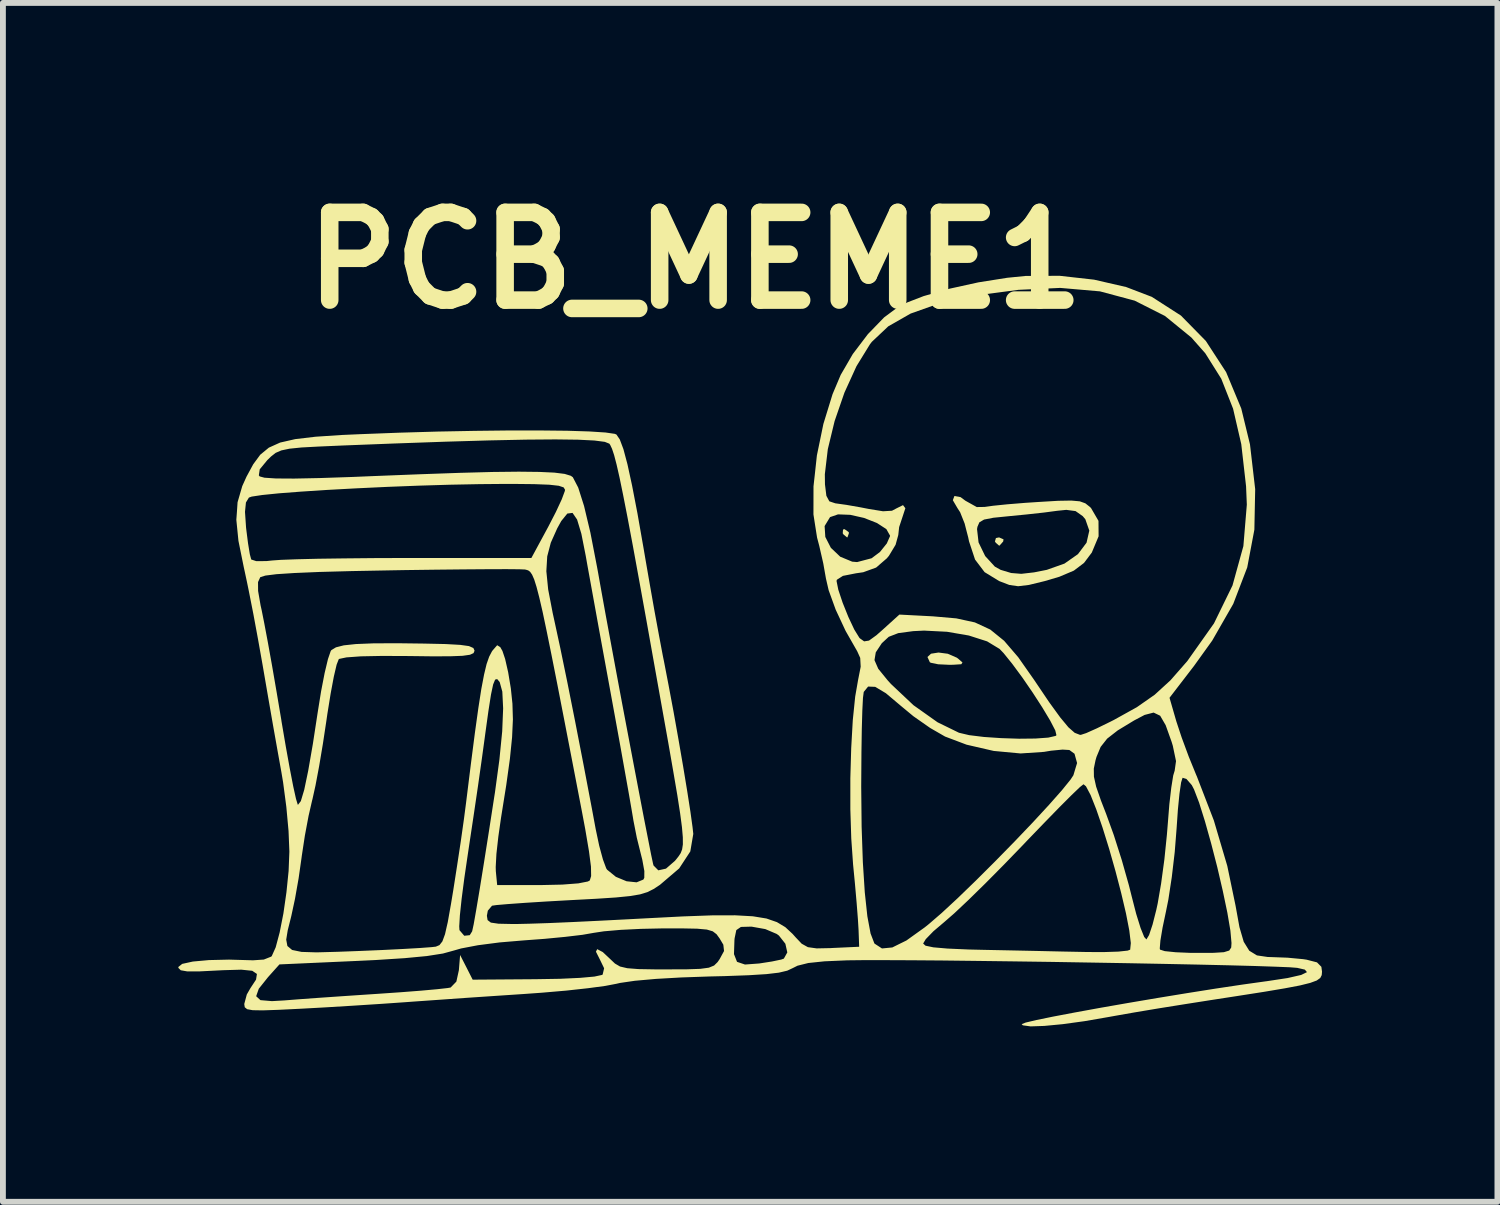
<source format=kicad_pcb>
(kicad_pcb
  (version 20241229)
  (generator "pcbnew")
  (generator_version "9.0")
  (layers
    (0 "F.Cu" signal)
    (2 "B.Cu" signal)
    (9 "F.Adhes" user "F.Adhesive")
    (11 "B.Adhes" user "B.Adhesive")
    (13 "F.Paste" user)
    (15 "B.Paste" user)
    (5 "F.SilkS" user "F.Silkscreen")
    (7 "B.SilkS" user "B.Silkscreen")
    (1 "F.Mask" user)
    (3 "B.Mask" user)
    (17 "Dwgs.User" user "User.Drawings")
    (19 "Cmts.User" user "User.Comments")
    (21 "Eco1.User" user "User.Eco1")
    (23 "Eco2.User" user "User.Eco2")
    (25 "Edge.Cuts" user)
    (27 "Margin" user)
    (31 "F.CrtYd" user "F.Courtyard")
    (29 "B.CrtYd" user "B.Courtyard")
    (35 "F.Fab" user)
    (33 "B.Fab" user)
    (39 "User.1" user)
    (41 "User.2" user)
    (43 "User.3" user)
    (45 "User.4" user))
  (footprint "PCB_MEME1"
    (layer "F.Cu")
    (at 9.639 6.704)
    (property "Reference" "PCB_MEME1" (at -0.8 -5.3 0) (unlocked yes) (layer "F.SilkS") (effects (font (size 1.5 1.5) (thickness 0.3))))
    (attr board_only exclude_from_pos_files exclude_from_bom)
    (fp_poly (pts (xy 1.827 -0.653) (xy 1.829 -0.633) (xy 1.805 -0.565) (xy 1.798 -0.563) (xy 1.738 -0.612) (xy 1.724 -0.633) (xy 1.729 -0.698) (xy 1.755 -0.704)) (stroke (width 0) (type solid)) (fill yes) (layer "F.SilkS"))
    (fp_poly (pts (xy 4.474 -0.53) (xy 4.468 -0.493) (xy 4.408 -0.425) (xy 4.398 -0.422) (xy 4.342 -0.471) (xy 4.327 -0.493) (xy 4.344 -0.552) (xy 4.398 -0.563)) (stroke (width 0) (type solid)) (fill yes) (layer "F.SilkS"))
    (fp_poly (pts (xy 3.521 1.427) (xy 3.675 1.494) (xy 3.698 1.511) (xy 3.772 1.576) (xy 3.752 1.606) (xy 3.617 1.615) (xy 3.547 1.616) (xy 3.356 1.607) (xy 3.23 1.581) (xy 3.213 1.571) (xy 3.173 1.482) (xy 3.234 1.426) (xy 3.362 1.406)) (stroke (width 0) (type solid)) (fill yes) (layer "F.SilkS"))
    (fp_poly (pts (xy 3.739 -1.252) (xy 3.821 -1.191) (xy 4.016 -1.082) (xy 4.151 -1.084) (xy 4.294 -1.104) (xy 4.538 -1.129) (xy 4.846 -1.154) (xy 5.073 -1.169) (xy 5.408 -1.189) (xy 5.633 -1.193) (xy 5.778 -1.18) (xy 5.873 -1.146) (xy 5.949 -1.086) (xy 5.97 -1.066) (xy 6.098 -0.846) (xy 6.1 -0.582) (xy 5.984 -0.304) (xy 5.85 -0.126) (xy 5.677 0.005) (xy 5.429 0.11) (xy 5.175 0.185) (xy 4.908 0.25) (xy 4.724 0.272) (xy 4.572 0.25) (xy 4.4 0.184) (xy 4.398 0.183) (xy 4.15 0.031) (xy 3.987 -0.184) (xy 3.884 -0.495) (xy 3.87 -0.563) (xy 3.833 -0.705) (xy 4.021 -0.705) (xy 4.047 -0.477) (xy 4.16 -0.244) (xy 4.326 -0.063) (xy 4.425 -0.008) (xy 4.605 0.046) (xy 4.778 0.06) (xy 4.996 0.035) (xy 5.214 -0.008) (xy 5.516 -0.115) (xy 5.747 -0.277) (xy 5.894 -0.473) (xy 5.941 -0.679) (xy 5.873 -0.874) (xy 5.828 -0.927) (xy 5.706 -1.013) (xy 5.547 -1.034) (xy 5.391 -1.018) (xy 5.165 -0.988) (xy 4.864 -0.955) (xy 4.568 -0.926) (xy 4.3 -0.899) (xy 4.141 -0.868) (xy 4.061 -0.821) (xy 4.028 -0.745) (xy 4.021 -0.705) (xy 3.833 -0.705) (xy 3.809 -0.8) (xy 3.732 -0.993) (xy 3.686 -1.064) (xy 3.607 -1.199) (xy 3.634 -1.271)) (stroke (width 0) (type solid)) (fill yes) (layer "F.SilkS"))
    (fp_poly (pts (xy 6.023 -4.971) (xy 6.571 -4.845) (xy 7.01 -4.677) (xy 7.508 -4.357) (xy 7.934 -3.923) (xy 8.281 -3.389) (xy 8.54 -2.767) (xy 8.689 -2.154) (xy 8.778 -1.388) (xy 8.764 -0.695) (xy 8.642 -0.05) (xy 8.403 0.574) (xy 8.043 1.202) (xy 7.732 1.635) (xy 7.313 2.18) (xy 7.43 2.585) (xy 7.52 2.857) (xy 7.642 3.187) (xy 7.772 3.506) (xy 7.778 3.518) (xy 8.071 4.278) (xy 8.301 5.056) (xy 8.442 5.734) (xy 8.509 6.103) (xy 8.582 6.353) (xy 8.677 6.506) (xy 8.808 6.586) (xy 8.992 6.613) (xy 9.06 6.615) (xy 9.331 6.625) (xy 9.596 6.65) (xy 9.657 6.659) (xy 9.835 6.705) (xy 9.91 6.781) (xy 9.921 6.864) (xy 9.916 6.923) (xy 9.891 6.972) (xy 9.831 7.015) (xy 9.72 7.056) (xy 9.543 7.1) (xy 9.285 7.149) (xy 8.929 7.209) (xy 8.462 7.282) (xy 8.021 7.35) (xy 7.576 7.42) (xy 7.126 7.492) (xy 6.714 7.561) (xy 6.379 7.62) (xy 6.262 7.641) (xy 5.857 7.711) (xy 5.486 7.762) (xy 5.171 7.792) (xy 4.937 7.8) (xy 4.805 7.782) (xy 4.784 7.762) (xy 4.851 7.735) (xy 5.037 7.691) (xy 5.325 7.632) (xy 5.694 7.562) (xy 6.126 7.483) (xy 6.601 7.4) (xy 7.102 7.315) (xy 7.608 7.232) (xy 8.1 7.154) (xy 8.56 7.085) (xy 8.968 7.028) (xy 8.971 7.028) (xy 9.333 6.973) (xy 9.565 6.92) (xy 9.664 6.872) (xy 9.627 6.829) (xy 9.497 6.799) (xy 9.372 6.789) (xy 9.123 6.779) (xy 8.767 6.767) (xy 8.319 6.755) (xy 7.796 6.743) (xy 7.215 6.731) (xy 6.592 6.719) (xy 5.944 6.708) (xy 5.286 6.697) (xy 4.636 6.688) (xy 4.011 6.68) (xy 3.425 6.673) (xy 2.896 6.669) (xy 2.441 6.667) (xy 2.076 6.667) (xy 1.817 6.67) (xy 1.806 6.67) (xy 1.412 6.687) (xy 1.135 6.716) (xy 0.951 6.762) (xy 0.869 6.803) (xy 0.775 6.847) (xy 0.632 6.881) (xy 0.42 6.906) (xy 0.117 6.925) (xy -0.295 6.94) (xy -0.55 6.946) (xy -1.038 6.963) (xy -1.474 6.988) (xy -1.832 7.02) (xy -2.085 7.057) (xy -2.146 7.071) (xy -2.334 7.107) (xy -2.631 7.147) (xy -3.005 7.188) (xy -3.423 7.224) (xy -3.729 7.246) (xy -4.209 7.278) (xy -4.713 7.312) (xy -5.194 7.346) (xy -5.606 7.375) (xy -5.77 7.387) (xy -6.172 7.415) (xy -6.653 7.446) (xy -7.146 7.476) (xy -7.546 7.498) (xy -7.932 7.517) (xy -8.198 7.526) (xy -8.368 7.523) (xy -8.462 7.506) (xy -8.503 7.473) (xy -8.511 7.422) (xy -8.511 7.415) (xy -8.476 7.284) (xy -8.308 7.284) (xy -8.235 7.351) (xy -8.038 7.368) (xy -7.828 7.356) (xy -7.587 7.337) (xy -7.244 7.312) (xy -6.839 7.284) (xy -6.409 7.255) (xy -6.227 7.243) (xy -5.836 7.216) (xy -5.488 7.189) (xy -5.211 7.164) (xy -5.032 7.144) (xy -4.982 7.135) (xy -4.884 7.034) (xy -4.841 6.839) (xy -4.82 6.579) (xy -4.712 6.79) (xy -4.605 7.001) (xy -3.53 6.993) (xy -3.11 6.986) (xy -2.768 6.97) (xy -2.523 6.948) (xy -2.393 6.92) (xy -2.382 6.913) (xy -2.357 6.806) (xy -2.429 6.657) (xy -2.497 6.522) (xy -2.475 6.479) (xy -2.38 6.529) (xy -2.252 6.649) (xy -2.172 6.725) (xy -2.085 6.776) (xy -1.961 6.805) (xy -1.77 6.82) (xy -1.483 6.825) (xy -1.291 6.825) (xy -0.946 6.824) (xy -0.714 6.816) (xy -0.566 6.796) (xy -0.476 6.759) (xy -0.416 6.7) (xy -0.381 6.649) (xy -0.335 6.564) (xy -0.136 6.564) (xy -0.084 6.696) (xy 0.052 6.742) (xy 0.296 6.724) (xy 0.514 6.69) (xy 0.672 6.657) (xy 0.717 6.641) (xy 0.776 6.535) (xy 0.743 6.387) (xy 0.633 6.247) (xy 0.595 6.219) (xy 0.4 6.136) (xy 0.17 6.095) (xy 0.156 6.094) (xy -0.017 6.099) (xy -0.096 6.153) (xy -0.125 6.292) (xy -0.128 6.322) (xy -0.136 6.564) (xy -0.335 6.564) (xy -0.306 6.511) (xy -0.318 6.403) (xy -0.381 6.297) (xy -0.434 6.224) (xy -0.499 6.174) (xy -0.6 6.144) (xy -0.766 6.129) (xy -1.021 6.124) (xy -1.356 6.124) (xy -1.725 6.132) (xy -2.074 6.149) (xy -2.362 6.174) (xy -2.533 6.2) (xy -2.729 6.234) (xy -3.024 6.269) (xy -3.379 6.303) (xy -3.729 6.329) (xy -4.145 6.364) (xy -4.515 6.412) (xy -4.803 6.467) (xy -4.925 6.502) (xy -5.114 6.554) (xy -5.389 6.597) (xy -5.768 6.633) (xy -6.264 6.665) (xy -6.576 6.68) (xy -7.91 6.74) (xy -8.106 6.959) (xy -8.263 7.156) (xy -8.308 7.284) (xy -8.476 7.284) (xy -8.468 7.254) (xy -8.406 7.146) (xy -8.31 7) (xy -8.295 6.903) (xy -8.375 6.849) (xy -8.563 6.83) (xy -8.873 6.839) (xy -8.971 6.844) (xy -9.289 6.86) (xy -9.49 6.859) (xy -9.598 6.84) (xy -9.638 6.8) (xy -9.639 6.784) (xy -9.573 6.731) (xy -9.391 6.691) (xy -9.116 6.666) (xy -8.772 6.658) (xy -8.384 6.669) (xy -8.364 6.67) (xy -8.177 6.657) (xy -8.051 6.607) (xy -8.041 6.597) (xy -7.974 6.448) (xy -7.906 6.193) (xy -7.842 5.868) (xy -7.79 5.506) (xy -7.753 5.142) (xy -7.74 4.813) (xy -7.74 4.807) (xy -7.754 4.46) (xy -7.792 4.045) (xy -7.847 3.628) (xy -7.876 3.454) (xy -7.939 3.103) (xy -8.017 2.664) (xy -8.1 2.187) (xy -8.18 1.723) (xy -8.198 1.618) (xy -8.275 1.185) (xy -8.356 0.747) (xy -8.435 0.347) (xy -8.465 0.201) (xy -8.276 0.201) (xy -8.275 0.352) (xy -8.232 0.601) (xy -8.214 0.681) (xy -8.17 0.902) (xy -8.108 1.231) (xy -8.035 1.637) (xy -7.957 2.089) (xy -7.878 2.557) (xy -7.874 2.586) (xy -7.801 3.014) (xy -7.733 3.39) (xy -7.674 3.695) (xy -7.627 3.907) (xy -7.597 4.006) (xy -7.593 4.011) (xy -7.544 3.947) (xy -7.486 3.754) (xy -7.418 3.428) (xy -7.338 2.968) (xy -7.256 2.433) (xy -7.198 2.072) (xy -7.137 1.757) (xy -7.08 1.518) (xy -7.033 1.381) (xy -7.021 1.364) (xy -6.943 1.317) (xy -6.809 1.283) (xy -6.602 1.261) (xy -6.304 1.249) (xy -5.898 1.247) (xy -5.435 1.253) (xy -5.068 1.261) (xy -4.819 1.275) (xy -4.668 1.296) (xy -4.593 1.329) (xy -4.573 1.375) (xy -4.59 1.416) (xy -4.651 1.444) (xy -4.777 1.462) (xy -4.987 1.47) (xy -5.3 1.471) (xy -5.699 1.466) (xy -6.156 1.464) (xy -6.516 1.471) (xy -6.764 1.489) (xy -6.888 1.515) (xy -6.896 1.521) (xy -6.932 1.614) (xy -6.98 1.819) (xy -7.034 2.108) (xy -7.09 2.455) (xy -7.107 2.573) (xy -7.167 2.969) (xy -7.231 3.35) (xy -7.293 3.679) (xy -7.345 3.914) (xy -7.352 3.94) (xy -7.412 4.202) (xy -7.475 4.538) (xy -7.527 4.88) (xy -7.533 4.925) (xy -7.582 5.268) (xy -7.644 5.619) (xy -7.706 5.908) (xy -7.713 5.937) (xy -7.768 6.156) (xy -7.794 6.316) (xy -7.774 6.425) (xy -7.693 6.493) (xy -7.532 6.526) (xy -7.276 6.534) (xy -6.908 6.524) (xy -6.561 6.511) (xy -6.158 6.494) (xy -5.796 6.476) (xy -5.502 6.459) (xy -5.303 6.444) (xy -5.235 6.436) (xy -5.173 6.41) (xy -5.123 6.346) (xy -5.078 6.223) (xy -5.048 6.09) (xy -4.835 6.09) (xy -4.831 6.154) (xy -4.749 6.25) (xy -4.655 6.24) (xy -4.614 6.174) (xy -4.588 6.055) (xy -4.545 5.811) (xy -4.485 5.454) (xy -4.412 5.001) (xy -4.327 4.463) (xy -4.233 3.855) (xy -4.224 3.799) (xy -4.148 3.239) (xy -4.1 2.754) (xy -4.084 2.361) (xy -4.098 2.075) (xy -4.143 1.911) (xy -4.144 1.91) (xy -4.186 1.86) (xy -4.221 1.869) (xy -4.255 1.952) (xy -4.292 2.126) (xy -4.336 2.408) (xy -4.392 2.812) (xy -4.392 2.814) (xy -4.446 3.208) (xy -4.514 3.688) (xy -4.59 4.204) (xy -4.665 4.702) (xy -4.69 4.87) (xy -4.748 5.266) (xy -4.794 5.619) (xy -4.824 5.902) (xy -4.835 6.09) (xy -5.048 6.09) (xy -5.031 6.017) (xy -4.976 5.707) (xy -4.937 5.472) (xy -4.873 5.061) (xy -4.809 4.64) (xy -4.755 4.259) (xy -4.718 3.975) (xy -4.636 3.315) (xy -4.567 2.78) (xy -4.508 2.356) (xy -4.457 2.028) (xy -4.41 1.782) (xy -4.367 1.603) (xy -4.323 1.477) (xy -4.277 1.389) (xy -4.263 1.369) (xy -4.186 1.281) (xy -4.133 1.314) (xy -4.096 1.379) (xy -4.05 1.516) (xy -3.998 1.744) (xy -3.953 2.015) (xy -3.952 2.022) (xy -3.925 2.281) (xy -3.917 2.55) (xy -3.931 2.855) (xy -3.968 3.221) (xy -4.031 3.675) (xy -4.12 4.232) (xy -4.166 4.554) (xy -4.199 4.85) (xy -4.211 5.075) (xy -4.209 5.146) (xy -4.186 5.383) (xy -3.433 5.383) (xy -3.072 5.375) (xy -2.798 5.354) (xy -2.635 5.322) (xy -2.602 5.304) (xy -2.579 5.229) (xy -2.582 5.066) (xy -2.616 4.804) (xy -2.68 4.426) (xy -2.733 4.144) (xy -2.898 3.287) (xy -3.039 2.558) (xy -3.158 1.946) (xy -3.258 1.441) (xy -3.341 1.033) (xy -3.409 0.71) (xy -3.466 0.464) (xy -3.513 0.283) (xy -3.553 0.156) (xy -3.589 0.074) (xy -3.622 0.026) (xy -3.636 0.015) (xy -3.345 0.015) (xy -3.314 0.326) (xy -3.237 0.728) (xy -3.21 0.851) (xy -3.107 1.327) (xy -2.986 1.915) (xy -2.852 2.588) (xy -2.71 3.319) (xy -2.565 4.081) (xy -2.501 4.426) (xy -2.441 4.71) (xy -2.377 4.946) (xy -2.321 5.097) (xy -2.306 5.12) (xy -2.156 5.242) (xy -1.973 5.318) (xy -1.801 5.336) (xy -1.686 5.289) (xy -1.67 5.259) (xy -1.669 5.143) (xy -1.704 4.95) (xy -1.728 4.855) (xy -1.798 4.573) (xy -1.856 4.278) (xy -1.865 4.222) (xy -1.891 4.069) (xy -1.938 3.799) (xy -2.003 3.435) (xy -2.081 2.998) (xy -2.17 2.509) (xy -2.262 2.005) (xy -2.357 1.486) (xy -2.447 0.994) (xy -2.527 0.552) (xy -2.594 0.183) (xy -2.644 -0.092) (xy -2.671 -0.246) (xy -2.746 -0.625) (xy -2.819 -0.868) (xy -2.897 -0.982) (xy -2.986 -0.971) (xy -3.09 -0.843) (xy -3.159 -0.718) (xy -3.269 -0.472) (xy -3.33 -0.239) (xy -3.345 0.015) (xy -3.636 0.015) (xy -3.656 0.001) (xy -3.692 -0.01) (xy -3.712 -0.014) (xy -3.807 -0.018) (xy -4.025 -0.02) (xy -4.348 -0.019) (xy -4.756 -0.016) (xy -5.233 -0.011) (xy -5.76 -0.004) (xy -5.988 0) (xy -6.675 0.013) (xy -7.228 0.028) (xy -7.654 0.046) (xy -7.96 0.066) (xy -8.151 0.09) (xy -8.236 0.117) (xy -8.238 0.118) (xy -8.276 0.201) (xy -8.465 0.201) (xy -8.502 0.028) (xy -8.519 -0.05) (xy -8.611 -0.504) (xy -8.647 -0.864) (xy -8.637 -1) (xy -8.499 -1) (xy -8.481 -0.734) (xy -8.478 -0.707) (xy -8.447 -0.462) (xy -8.416 -0.273) (xy -8.392 -0.185) (xy -8.306 -0.157) (xy -8.132 -0.158) (xy -8.037 -0.168) (xy -7.886 -0.179) (xy -7.615 -0.189) (xy -7.245 -0.198) (xy -6.798 -0.204) (xy -6.296 -0.209) (xy -5.758 -0.211) (xy -5.66 -0.211) (xy -3.601 -0.211) (xy -3.313 -0.744) (xy -3.182 -0.998) (xy -3.082 -1.213) (xy -3.03 -1.353) (xy -3.025 -1.377) (xy -3.049 -1.418) (xy -3.132 -1.446) (xy -3.293 -1.464) (xy -3.553 -1.474) (xy -3.93 -1.478) (xy -4.028 -1.478) (xy -4.488 -1.474) (xy -4.995 -1.464) (xy -5.528 -1.448) (xy -6.068 -1.427) (xy -6.597 -1.402) (xy -7.094 -1.375) (xy -7.541 -1.346) (xy -7.918 -1.317) (xy -8.205 -1.288) (xy -8.384 -1.261) (xy -8.432 -1.244) (xy -8.483 -1.16) (xy -8.499 -1) (xy -8.637 -1) (xy -8.626 -1.164) (xy -8.546 -1.44) (xy -8.473 -1.602) (xy -8.461 -1.624) (xy -8.262 -1.624) (xy -8.248 -1.606) (xy -8.166 -1.584) (xy -7.972 -1.571) (xy -7.659 -1.569) (xy -7.221 -1.578) (xy -6.653 -1.597) (xy -6.321 -1.611) (xy -5.509 -1.643) (xy -4.827 -1.667) (xy -4.266 -1.682) (xy -3.815 -1.687) (xy -3.466 -1.683) (xy -3.208 -1.671) (xy -3.032 -1.649) (xy -2.927 -1.617) (xy -2.892 -1.592) (xy -2.8 -1.415) (xy -2.7 -1.1) (xy -2.592 -0.646) (xy -2.478 -0.057) (xy -2.461 0.035) (xy -2.402 0.366) (xy -2.328 0.775) (xy -2.241 1.244) (xy -2.147 1.752) (xy -2.048 2.282) (xy -1.947 2.815) (xy -1.849 3.332) (xy -1.757 3.814) (xy -1.675 4.242) (xy -1.605 4.598) (xy -1.553 4.863) (xy -1.52 5.018) (xy -1.512 5.048) (xy -1.43 5.131) (xy -1.299 5.102) (xy -1.147 4.97) (xy -1.124 4.943) (xy -1.081 4.888) (xy -1.047 4.836) (xy -1.023 4.773) (xy -1.01 4.687) (xy -1.011 4.564) (xy -1.026 4.391) (xy -1.057 4.156) (xy -1.105 3.846) (xy -1.173 3.447) (xy -1.26 2.947) (xy -1.37 2.332) (xy -1.485 1.689) (xy -1.633 0.859) (xy -1.76 0.157) (xy -1.867 -0.428) (xy -1.957 -0.906) (xy -2.032 -1.289) (xy -2.093 -1.586) (xy -2.144 -1.81) (xy -2.186 -1.971) (xy -2.222 -2.079) (xy -2.253 -2.145) (xy -2.268 -2.166) (xy -2.345 -2.197) (xy -2.522 -2.22) (xy -2.802 -2.234) (xy -3.191 -2.239) (xy -3.695 -2.235) (xy -4.319 -2.222) (xy -5.068 -2.2) (xy -5.948 -2.169) (xy -6.823 -2.135) (xy -7.236 -2.117) (xy -7.533 -2.101) (xy -7.739 -2.08) (xy -7.877 -2.051) (xy -7.974 -2.009) (xy -8.052 -1.948) (xy -8.117 -1.885) (xy -8.247 -1.727) (xy -8.262 -1.624) (xy -8.461 -1.624) (xy -8.358 -1.814) (xy -8.238 -1.977) (xy -8.091 -2.098) (xy -7.898 -2.185) (xy -7.639 -2.244) (xy -7.291 -2.285) (xy -6.836 -2.315) (xy -6.516 -2.329) (xy -5.857 -2.354) (xy -5.206 -2.373) (xy -4.577 -2.385) (xy -3.987 -2.392) (xy -3.452 -2.392) (xy -2.987 -2.387) (xy -2.609 -2.375) (xy -2.332 -2.357) (xy -2.174 -2.334) (xy -2.146 -2.322) (xy -2.089 -2.238) (xy -2.027 -2.073) (xy -1.958 -1.814) (xy -1.879 -1.451) (xy -1.787 -0.974) (xy -1.681 -0.37) (xy -1.654 -0.211) (xy -1.577 0.233) (xy -1.496 0.693) (xy -1.417 1.121) (xy -1.351 1.471) (xy -1.335 1.548) (xy -1.254 1.968) (xy -1.168 2.427) (xy -1.084 2.899) (xy -1.005 3.357) (xy -0.936 3.776) (xy -0.881 4.129) (xy -0.845 4.39) (xy -0.832 4.508) (xy -0.883 4.808) (xy -1.073 5.098) (xy -1.402 5.379) (xy -1.51 5.45) (xy -1.615 5.503) (xy -1.742 5.542) (xy -1.913 5.571) (xy -2.154 5.595) (xy -2.488 5.617) (xy -2.936 5.641) (xy -3.345 5.664) (xy -3.709 5.687) (xy -4.001 5.708) (xy -4.199 5.725) (xy -4.274 5.736) (xy -4.346 5.821) (xy -4.362 5.908) (xy -4.35 5.982) (xy -4.294 6.025) (xy -4.163 6.044) (xy -3.93 6.049) (xy -3.852 6.049) (xy -3.635 6.044) (xy -3.304 6.033) (xy -2.888 6.015) (xy -2.413 5.992) (xy -1.908 5.966) (xy -1.627 5.951) (xy -1.006 5.919) (xy -0.509 5.901) (xy -0.117 5.9) (xy 0.187 5.917) (xy 0.42 5.955) (xy 0.599 6.017) (xy 0.742 6.103) (xy 0.866 6.218) (xy 0.916 6.274) (xy 1.022 6.386) (xy 1.128 6.445) (xy 1.278 6.466) (xy 1.519 6.461) (xy 1.549 6.459) (xy 2.005 6.438) (xy 1.995 6.157) (xy 1.984 5.974) (xy 1.962 5.691) (xy 1.932 5.35) (xy 1.901 5.031) (xy 1.87 4.587) (xy 1.854 4.085) (xy 1.854 3.697) (xy 2.04 3.697) (xy 2.047 4.385) (xy 2.068 4.992) (xy 2.101 5.507) (xy 2.145 5.917) (xy 2.2 6.211) (xy 2.264 6.378) (xy 2.269 6.385) (xy 2.395 6.467) (xy 2.572 6.45) (xy 2.707 6.383) (xy 3.099 6.383) (xy 3.14 6.42) (xy 3.274 6.448) (xy 3.516 6.469) (xy 3.877 6.485) (xy 4.134 6.491) (xy 4.581 6.5) (xy 5.053 6.51) (xy 5.496 6.52) (xy 5.857 6.527) (xy 5.889 6.528) (xy 6.191 6.529) (xy 6.438 6.521) (xy 6.597 6.504) (xy 6.64 6.488) (xy 6.642 6.466) (xy 7.146 6.466) (xy 7.15 6.487) (xy 7.232 6.513) (xy 7.419 6.532) (xy 7.677 6.543) (xy 7.779 6.543) (xy 8.067 6.542) (xy 8.243 6.531) (xy 8.334 6.503) (xy 8.368 6.451) (xy 8.373 6.375) (xy 8.354 6.162) (xy 8.302 5.855) (xy 8.224 5.483) (xy 8.13 5.078) (xy 8.025 4.671) (xy 7.919 4.293) (xy 7.819 3.974) (xy 7.732 3.747) (xy 7.694 3.674) (xy 7.602 3.568) (xy 7.536 3.548) (xy 7.511 3.628) (xy 7.483 3.82) (xy 7.456 4.094) (xy 7.434 4.413) (xy 7.402 4.818) (xy 7.352 5.245) (xy 7.293 5.632) (xy 7.252 5.836) (xy 7.194 6.111) (xy 7.157 6.332) (xy 7.146 6.466) (xy 6.642 6.466) (xy 6.651 6.375) (xy 6.625 6.16) (xy 6.568 5.866) (xy 6.486 5.518) (xy 6.388 5.142) (xy 6.28 4.762) (xy 6.168 4.402) (xy 6.06 4.088) (xy 5.963 3.843) (xy 5.884 3.694) (xy 5.842 3.659) (xy 5.781 3.707) (xy 5.639 3.843) (xy 5.431 4.051) (xy 5.173 4.316) (xy 4.878 4.622) (xy 4.807 4.697) (xy 4.481 5.034) (xy 4.162 5.356) (xy 3.872 5.64) (xy 3.633 5.865) (xy 3.467 6.01) (xy 3.46 6.016) (xy 3.275 6.173) (xy 3.144 6.308) (xy 3.099 6.383) (xy 2.707 6.383) (xy 2.813 6.331) (xy 3.127 6.106) (xy 3.198 6.049) (xy 3.417 5.86) (xy 3.691 5.606) (xy 4.002 5.305) (xy 4.332 4.976) (xy 4.662 4.639) (xy 4.974 4.312) (xy 5.25 4.013) (xy 5.472 3.762) (xy 5.621 3.578) (xy 5.669 3.505) (xy 5.703 3.391) (xy 6.018 3.391) (xy 6.02 3.529) (xy 6.058 3.7) (xy 6.141 3.939) (xy 6.229 4.166) (xy 6.36 4.528) (xy 6.497 4.958) (xy 6.618 5.386) (xy 6.665 5.573) (xy 6.743 5.876) (xy 6.818 6.117) (xy 6.88 6.271) (xy 6.918 6.313) (xy 6.963 6.238) (xy 7.023 6.058) (xy 7.087 5.806) (xy 7.111 5.695) (xy 7.169 5.357) (xy 7.225 4.944) (xy 7.268 4.523) (xy 7.284 4.327) (xy 7.31 4) (xy 7.343 3.716) (xy 7.376 3.51) (xy 7.401 3.426) (xy 7.424 3.263) (xy 7.369 3) (xy 7.349 2.934) (xy 7.247 2.649) (xy 7.153 2.487) (xy 7.041 2.433) (xy 6.887 2.473) (xy 6.707 2.568) (xy 6.427 2.738) (xy 6.246 2.879) (xy 6.135 3.02) (xy 6.064 3.191) (xy 6.047 3.25) (xy 6.018 3.391) (xy 5.703 3.391) (xy 5.732 3.296) (xy 5.688 3.137) (xy 5.6 3.073) (xy 5.484 3.066) (xy 5.286 3.085) (xy 5.166 3.105) (xy 4.766 3.132) (xy 4.306 3.089) (xy 3.842 2.982) (xy 3.474 2.843) (xy 3.219 2.696) (xy 2.933 2.496) (xy 2.717 2.317) (xy 2.462 2.102) (xy 2.28 1.993) (xy 2.158 1.988) (xy 2.084 2.079) (xy 2.083 2.081) (xy 2.07 2.182) (xy 2.059 2.402) (xy 2.05 2.717) (xy 2.044 3.106) (xy 2.041 3.545) (xy 2.04 3.697) (xy 1.854 3.697) (xy 1.854 3.558) (xy 1.869 3.039) (xy 1.896 2.562) (xy 1.937 2.16) (xy 1.986 1.878) (xy 2.031 1.649) (xy 2.025 1.536) (xy 2.267 1.536) (xy 2.331 1.683) (xy 2.491 1.88) (xy 2.549 1.944) (xy 2.934 2.307) (xy 3.346 2.599) (xy 3.712 2.778) (xy 3.886 2.819) (xy 4.138 2.85) (xy 4.434 2.87) (xy 4.739 2.88) (xy 5.019 2.877) (xy 5.24 2.861) (xy 5.365 2.832) (xy 5.379 2.82) (xy 5.359 2.738) (xy 5.272 2.57) (xy 5.137 2.345) (xy 4.972 2.09) (xy 4.794 1.831) (xy 4.622 1.598) (xy 4.475 1.416) (xy 4.406 1.344) (xy 4.193 1.215) (xy 3.881 1.115) (xy 3.508 1.051) (xy 3.115 1.031) (xy 2.93 1.04) (xy 2.674 1.074) (xy 2.511 1.137) (xy 2.393 1.246) (xy 2.39 1.25) (xy 2.289 1.403) (xy 2.267 1.536) (xy 2.025 1.536) (xy 2.023 1.498) (xy 1.972 1.385) (xy 1.773 1.036) (xy 1.603 0.672) (xy 1.483 0.34) (xy 1.437 0.141) (xy 1.391 -0.119) (xy 1.322 -0.42) (xy 1.285 -0.56) (xy 1.254 -0.757) (xy 1.414 -0.757) (xy 1.426 -0.571) (xy 1.521 -0.385) (xy 1.681 -0.233) (xy 1.886 -0.148) (xy 1.97 -0.141) (xy 2.217 -0.206) (xy 2.36 -0.313) (xy 2.478 -0.46) (xy 2.533 -0.585) (xy 2.533 -0.593) (xy 2.47 -0.705) (xy 2.307 -0.81) (xy 2.088 -0.896) (xy 1.853 -0.949) (xy 1.644 -0.957) (xy 1.507 -0.91) (xy 1.414 -0.757) (xy 1.254 -0.757) (xy 1.223 -0.956) (xy 1.224 -1.436) (xy 1.247 -1.643) (xy 1.418 -1.643) (xy 1.42 -1.471) (xy 1.444 -1.275) (xy 1.495 -1.18) (xy 1.597 -1.146) (xy 1.618 -1.143) (xy 1.789 -1.119) (xy 2.029 -1.077) (xy 2.167 -1.05) (xy 2.413 -1.01) (xy 2.566 -1.019) (xy 2.644 -1.06) (xy 2.755 -1.115) (xy 2.795 -1.062) (xy 2.75 -0.925) (xy 2.689 -0.74) (xy 2.674 -0.604) (xy 2.628 -0.437) (xy 2.514 -0.248) (xy 2.478 -0.205) (xy 2.295 -0.047) (xy 2.074 0.033) (xy 1.95 0.051) (xy 1.727 0.095) (xy 1.624 0.161) (xy 1.618 0.182) (xy 1.648 0.331) (xy 1.722 0.553) (xy 1.82 0.797) (xy 1.922 1.014) (xy 2.008 1.153) (xy 2.017 1.163) (xy 2.09 1.215) (xy 2.173 1.202) (xy 2.299 1.111) (xy 2.409 1.014) (xy 2.693 0.757) (xy 3.266 0.787) (xy 3.667 0.822) (xy 3.984 0.891) (xy 4.247 1.013) (xy 4.484 1.205) (xy 4.725 1.486) (xy 4.998 1.875) (xy 5.008 1.89) (xy 5.255 2.256) (xy 5.443 2.515) (xy 5.584 2.685) (xy 5.691 2.779) (xy 5.779 2.813) (xy 5.796 2.814) (xy 5.888 2.784) (xy 6.069 2.703) (xy 6.304 2.588) (xy 6.363 2.558) (xy 6.754 2.341) (xy 7.059 2.128) (xy 7.329 1.881) (xy 7.612 1.558) (xy 7.62 1.548) (xy 8.073 0.908) (xy 8.39 0.259) (xy 8.576 -0.414) (xy 8.635 -1.123) (xy 8.622 -1.438) (xy 8.54 -2.158) (xy 8.4 -2.764) (xy 8.198 -3.276) (xy 7.925 -3.711) (xy 7.686 -3.982) (xy 7.235 -4.35) (xy 6.717 -4.612) (xy 6.123 -4.771) (xy 5.444 -4.83) (xy 4.73 -4.797) (xy 3.99 -4.7) (xy 3.378 -4.566) (xy 2.885 -4.391) (xy 2.503 -4.173) (xy 2.222 -3.908) (xy 2.189 -3.865) (xy 1.959 -3.491) (xy 1.753 -3.039) (xy 1.585 -2.552) (xy 1.469 -2.073) (xy 1.418 -1.643) (xy 1.247 -1.643) (xy 1.282 -1.965) (xy 1.393 -2.503) (xy 1.55 -3.013) (xy 1.689 -3.342) (xy 1.896 -3.699) (xy 2.154 -4.039) (xy 2.432 -4.326) (xy 2.698 -4.524) (xy 2.758 -4.555) (xy 3.108 -4.69) (xy 3.553 -4.817) (xy 4.044 -4.925) (xy 4.536 -5.003) (xy 4.855 -5.035) (xy 5.435 -5.037)) (stroke (width 0) (type solid)) (fill yes) (layer "F.SilkS")))
  (gr_rect
    (start -3 -3)
    (end 22.56 17.504)
    (stroke (width 0.1) (type default))
    (fill no)
    (layer "Edge.Cuts")))
</source>
